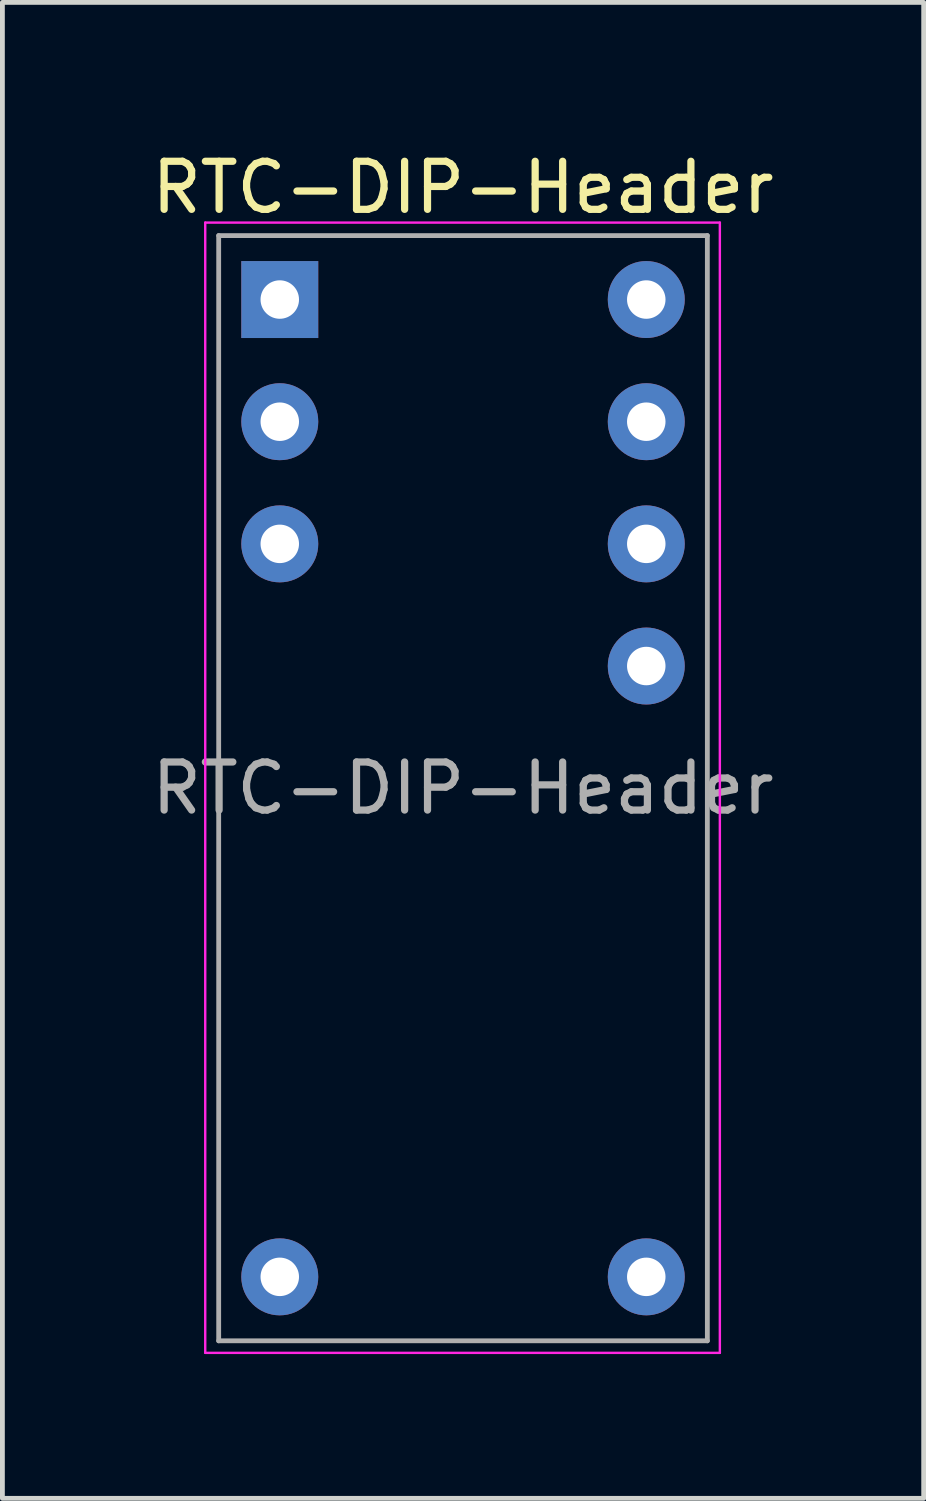
<source format=kicad_pcb>
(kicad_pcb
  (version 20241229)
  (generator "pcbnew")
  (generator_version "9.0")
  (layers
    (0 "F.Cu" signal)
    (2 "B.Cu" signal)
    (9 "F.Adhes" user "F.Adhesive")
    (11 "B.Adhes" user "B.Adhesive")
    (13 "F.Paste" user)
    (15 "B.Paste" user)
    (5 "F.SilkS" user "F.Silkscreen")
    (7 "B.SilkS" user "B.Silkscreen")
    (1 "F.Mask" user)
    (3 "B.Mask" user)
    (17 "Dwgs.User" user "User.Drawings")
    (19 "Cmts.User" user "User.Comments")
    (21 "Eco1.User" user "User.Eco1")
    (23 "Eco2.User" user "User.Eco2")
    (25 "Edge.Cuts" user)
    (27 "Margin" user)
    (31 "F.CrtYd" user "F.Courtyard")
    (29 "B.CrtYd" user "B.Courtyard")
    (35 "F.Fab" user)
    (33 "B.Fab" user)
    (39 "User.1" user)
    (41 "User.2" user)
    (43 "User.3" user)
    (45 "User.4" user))
  (footprint "RTC-DIP-Header"
    (layer "F.Cu")
    (at 2.767 3.178)
    (property "Reference" "RTC-DIP-Header" (at 3.81 -2.33 0) (layer "F.SilkS") (effects (font (size 1 1) (thickness 0.15))))
    (attr through_hole)
    (fp_line (start -1.55 -1.6) (end -1.55 21.9) (stroke (width 0.05) (type solid)) (layer "F.CrtYd"))
    (fp_line (start -1.55 21.9) (end 9.15 21.9) (stroke (width 0.05) (type solid)) (layer "F.CrtYd"))
    (fp_line (start 9.15 -1.6) (end -1.55 -1.6) (stroke (width 0.05) (type solid)) (layer "F.CrtYd"))
    (fp_line (start 9.15 21.9) (end 9.15 -1.6) (stroke (width 0.05) (type solid)) (layer "F.CrtYd"))
    (fp_line (start -1.27 -1.33) (end -1.27 21.65) (stroke (width 0.1) (type solid)) (layer "F.Fab"))
    (fp_line (start -1.27 21.65) (end 8.89 21.65) (stroke (width 0.1) (type solid)) (layer "F.Fab"))
    (fp_line (start 8.89 -1.33) (end -1.27 -1.33) (stroke (width 0.1) (type solid)) (layer "F.Fab"))
    (fp_line (start 8.89 21.65) (end 8.89 -1.33) (stroke (width 0.1) (type solid)) (layer "F.Fab"))
    (fp_text user "${REFERENCE}" (at 3.81 10.16 0) (layer "F.Fab") (effects (font (size 1 1) (thickness 0.15))))
    (pad "1" thru_hole rect (at 0 0) (size 1.6 1.6) (drill 0.8) (layers "*.Cu" "*.Mask"))
    (pad "2" thru_hole oval (at 0 2.54) (size 1.6 1.6) (drill 0.8) (layers "*.Cu" "*.Mask"))
    (pad "3" thru_hole oval (at 0 5.08) (size 1.6 1.6) (drill 0.8) (layers "*.Cu" "*.Mask"))
    (pad "9" thru_hole oval (at 0 20.32) (size 1.6 1.6) (drill 0.8) (layers "*.Cu" "*.Mask"))
    (pad "10" thru_hole oval (at 7.62 20.32) (size 1.6 1.6) (drill 0.8) (layers "*.Cu" "*.Mask"))
    (pad "15" thru_hole oval (at 7.62 7.62) (size 1.6 1.6) (drill 0.8) (layers "*.Cu" "*.Mask"))
    (pad "16" thru_hole oval (at 7.62 5.08) (size 1.6 1.6) (drill 0.8) (layers "*.Cu" "*.Mask"))
    (pad "17" thru_hole oval (at 7.62 2.54) (size 1.6 1.6) (drill 0.8) (layers "*.Cu" "*.Mask"))
    (pad "18" thru_hole oval (at 7.62 0) (size 1.6 1.6) (drill 0.8) (layers "*.Cu" "*.Mask")))
  (gr_rect
    (start -3 -3)
    (end 16.155 28.103)
    (stroke (width 0.1) (type default))
    (fill no)
    (layer "Edge.Cuts")))
</source>
